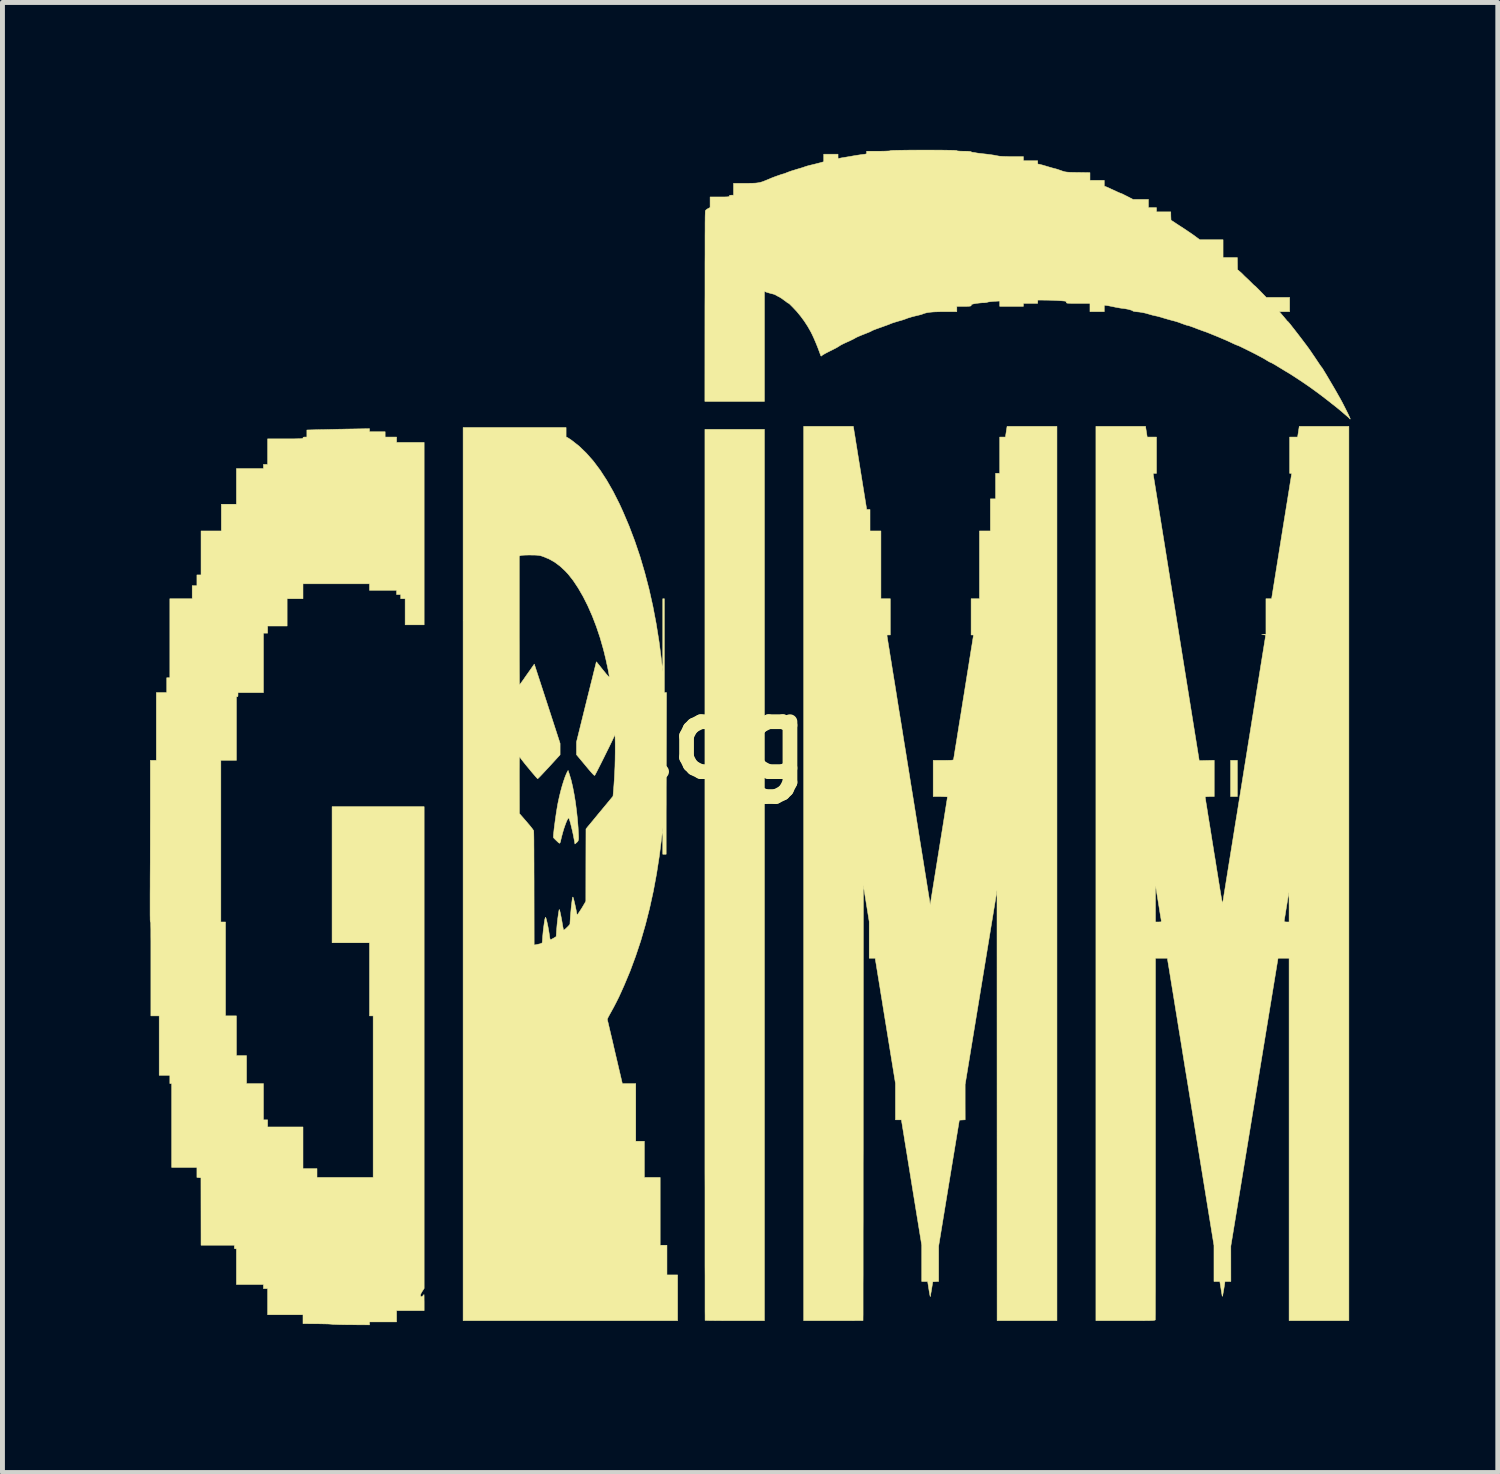
<source format=kicad_pcb>
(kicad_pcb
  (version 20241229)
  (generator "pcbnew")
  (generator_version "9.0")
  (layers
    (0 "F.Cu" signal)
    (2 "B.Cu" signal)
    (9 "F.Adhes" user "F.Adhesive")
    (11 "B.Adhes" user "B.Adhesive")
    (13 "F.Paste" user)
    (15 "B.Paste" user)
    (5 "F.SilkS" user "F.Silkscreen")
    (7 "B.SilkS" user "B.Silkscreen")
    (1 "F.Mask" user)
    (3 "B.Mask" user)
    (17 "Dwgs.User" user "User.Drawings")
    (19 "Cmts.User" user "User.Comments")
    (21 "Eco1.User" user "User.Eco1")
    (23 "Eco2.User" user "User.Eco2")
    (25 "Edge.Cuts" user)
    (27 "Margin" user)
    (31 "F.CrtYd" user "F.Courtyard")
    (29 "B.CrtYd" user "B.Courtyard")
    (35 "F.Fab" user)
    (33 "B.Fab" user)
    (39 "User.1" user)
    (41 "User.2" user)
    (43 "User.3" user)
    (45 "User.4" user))
  (footprint "logo"
    (layer "F.Cu")
    (at 12.303 11.966)
    (property "Reference" "logo" (at 0 0 0) (layer "F.SilkS") (effects (font (size 1.524 1.524) (thickness 0.3))))
    (attr through_hole)
    (fp_poly (pts (xy 9.832 1.197) (xy 9.694 1.197) (xy 9.694 0.46) (xy 9.832 0.46) (xy 9.832 1.197)) (stroke (width 0.01) (type solid)) (fill yes) (layer "F.SilkS"))
    (fp_poly (pts (xy 0.206 11.865) (xy -0.396 11.865) (xy -0.475 11.865) (xy -0.551 11.865) (xy -0.623 11.865) (xy -0.691 11.864) (xy -0.755 11.864) (xy -0.812 11.863) (xy -0.863 11.862) (xy -0.907 11.862) (xy -0.944 11.861) (xy -0.972 11.86) (xy -0.991 11.859) (xy -1.001 11.858) (xy -1.002 11.857) (xy -1.002 11.845) (xy -1.002 11.809) (xy -1.002 11.75) (xy -1.003 11.668) (xy -1.003 11.565) (xy -1.003 11.441) (xy -1.003 11.296) (xy -1.003 11.13) (xy -1.003 10.946) (xy -1.004 10.742) (xy -1.004 10.521) (xy -1.004 10.281) (xy -1.004 10.025) (xy -1.004 9.752) (xy -1.004 9.463) (xy -1.004 9.159) (xy -1.005 8.84) (xy -1.005 8.507) (xy -1.005 8.16) (xy -1.005 7.801) (xy -1.005 7.429) (xy -1.005 7.045) (xy -1.005 6.65) (xy -1.005 6.245) (xy -1.005 5.83) (xy -1.005 5.405) (xy -1.005 4.972) (xy -1.005 4.53) (xy -1.005 4.081) (xy -1.005 3.624) (xy -1.005 3.162) (xy -1.005 2.786) (xy -1.005 -6.277) (xy 0.206 -6.277) (xy 0.206 11.865)) (stroke (width 0.01) (type solid)) (fill yes) (layer "F.SilkS"))
    (fp_poly (pts (xy -3.763 0.747) (xy -3.729 0.861) (xy -3.697 0.996) (xy -3.668 1.147) (xy -3.641 1.309) (xy -3.619 1.479) (xy -3.6 1.653) (xy -3.586 1.826) (xy -3.583 1.887) (xy -3.579 1.961) (xy -3.577 2.016) (xy -3.577 2.055) (xy -3.581 2.083) (xy -3.588 2.102) (xy -3.6 2.118) (xy -3.617 2.133) (xy -3.623 2.139) (xy -3.651 2.162) (xy -3.66 2.107) (xy -3.674 2.035) (xy -3.689 1.958) (xy -3.706 1.881) (xy -3.724 1.807) (xy -3.74 1.742) (xy -3.756 1.687) (xy -3.768 1.649) (xy -3.774 1.636) (xy -3.783 1.634) (xy -3.796 1.651) (xy -3.813 1.683) (xy -3.832 1.728) (xy -3.853 1.784) (xy -3.875 1.848) (xy -3.896 1.918) (xy -3.916 1.991) (xy -3.92 2.006) (xy -3.93 2.047) (xy -3.938 2.081) (xy -3.942 2.101) (xy -3.942 2.104) (xy -3.946 2.118) (xy -3.953 2.135) (xy -3.958 2.143) (xy -3.963 2.147) (xy -3.971 2.145) (xy -3.983 2.136) (xy -4.001 2.12) (xy -4.024 2.098) (xy -4.048 2.075) (xy -4.068 2.055) (xy -4.082 2.04) (xy -4.088 2.031) (xy -4.088 2.031) (xy -4.089 2.01) (xy -4.087 1.971) (xy -4.081 1.915) (xy -4.074 1.847) (xy -4.064 1.77) (xy -4.053 1.688) (xy -4.041 1.603) (xy -4.029 1.519) (xy -4.016 1.44) (xy -4.004 1.369) (xy -3.993 1.313) (xy -3.968 1.199) (xy -3.941 1.088) (xy -3.912 0.982) (xy -3.882 0.885) (xy -3.853 0.801) (xy -3.826 0.735) (xy -3.81 0.701) (xy -3.79 0.665) (xy -3.763 0.747)) (stroke (width 0.01) (type solid)) (fill yes) (layer "F.SilkS"))
    (fp_poly (pts (xy -7.832 -6.229) (xy -7.514 -6.229) (xy -7.514 -6.12) (xy -7.281 -6.12) (xy -7.281 -6.011) (xy -6.72 -6.011) (xy -6.72 -2.298) (xy -7.107 -2.298) (xy -7.107 -2.83) (xy -7.197 -2.83) (xy -7.197 -2.915) (xy -7.281 -2.915) (xy -7.281 -3) (xy -7.832 -3) (xy -7.832 -3.133) (xy -9.186 -3.133) (xy -9.186 -2.83) (xy -9.509 -2.83) (xy -9.509 -2.274) (xy -9.906 -2.274) (xy -9.906 -2.129) (xy -9.991 -2.129) (xy -9.991 -0.919) (xy -10.509 -0.919) (xy -10.509 -0.877) (xy -10.51 -0.848) (xy -10.515 -0.837) (xy -10.525 -0.835) (xy -10.541 -0.835) (xy -10.541 0.46) (xy -10.858 0.46) (xy -10.858 3.75) (xy -10.763 3.75) (xy -10.763 5.661) (xy -10.541 5.661) (xy -10.541 6.471) (xy -10.335 6.471) (xy -10.335 7.039) (xy -9.991 7.039) (xy -9.991 7.777) (xy -9.906 7.777) (xy -9.906 7.922) (xy -9.186 7.922) (xy -9.186 8.769) (xy -8.901 8.769) (xy -8.901 8.95) (xy -7.758 8.95) (xy -7.758 5.661) (xy -7.832 5.661) (xy -7.832 4.173) (xy -8.594 4.173) (xy -8.594 1.403) (xy -6.72 1.403) (xy -6.72 11.209) (xy -6.757 11.265) (xy -6.779 11.301) (xy -6.791 11.329) (xy -6.795 11.345) (xy -6.79 11.368) (xy -6.779 11.377) (xy -6.763 11.373) (xy -6.747 11.359) (xy -6.733 11.343) (xy -6.725 11.334) (xy -6.723 11.333) (xy -6.722 11.345) (xy -6.721 11.376) (xy -6.721 11.422) (xy -6.72 11.48) (xy -6.72 11.497) (xy -6.72 11.66) (xy -7.281 11.66) (xy -7.281 11.89) (xy -7.832 11.89) (xy -7.832 11.95) (xy -8.19 11.948) (xy -8.252 11.948) (xy -8.313 11.947) (xy -8.37 11.946) (xy -8.423 11.945) (xy -8.472 11.944) (xy -8.514 11.942) (xy -8.549 11.941) (xy -8.576 11.94) (xy -8.594 11.938) (xy -8.599 11.937) (xy -8.614 11.936) (xy -8.639 11.934) (xy -8.672 11.932) (xy -8.711 11.931) (xy -8.756 11.93) (xy -8.806 11.929) (xy -8.858 11.928) (xy -8.912 11.927) (xy -8.918 11.927) (xy -9.186 11.926) (xy -9.186 11.744) (xy -9.906 11.744) (xy -9.906 11.212) (xy -9.991 11.212) (xy -9.991 11.128) (xy -10.541 11.128) (xy -10.541 10.402) (xy -10.562 10.402) (xy -10.576 10.4) (xy -10.582 10.393) (xy -10.583 10.373) (xy -10.583 10.366) (xy -10.583 10.329) (xy -11.261 10.329) (xy -11.262 9.643) (xy -11.263 8.957) (xy -11.304 8.953) (xy -11.345 8.949) (xy -11.345 8.745) (xy -11.859 8.745) (xy -11.859 7.039) (xy -11.896 7.039) (xy -11.896 6.87) (xy -12.113 6.87) (xy -12.113 5.661) (xy -12.282 5.661) (xy -12.282 4.705) (xy -12.282 4.53) (xy -12.282 4.378) (xy -12.282 4.246) (xy -12.282 4.135) (xy -12.283 4.041) (xy -12.283 3.964) (xy -12.283 3.901) (xy -12.284 3.852) (xy -12.285 3.815) (xy -12.285 3.787) (xy -12.286 3.769) (xy -12.288 3.757) (xy -12.289 3.751) (xy -12.29 3.75) (xy -12.291 3.75) (xy -12.292 3.748) (xy -12.294 3.743) (xy -12.295 3.734) (xy -12.296 3.717) (xy -12.297 3.693) (xy -12.297 3.659) (xy -12.298 3.614) (xy -12.298 3.557) (xy -12.298 3.486) (xy -12.298 3.399) (xy -12.298 3.295) (xy -12.298 3.173) (xy -12.297 3.031) (xy -12.297 2.868) (xy -12.296 2.713) (xy -12.295 2.538) (xy -12.295 2.357) (xy -12.294 2.172) (xy -12.294 1.987) (xy -12.294 1.805) (xy -12.293 1.631) (xy -12.293 1.467) (xy -12.293 1.317) (xy -12.293 1.184) (xy -12.293 1.071) (xy -12.293 0.46) (xy -12.171 0.46) (xy -12.171 -0.919) (xy -11.959 -0.919) (xy -11.959 -1.222) (xy -11.896 -1.222) (xy -11.896 -2.83) (xy -11.441 -2.83) (xy -11.441 -3.096) (xy -11.345 -3.096) (xy -11.345 -3.314) (xy -11.261 -3.314) (xy -11.261 -4.209) (xy -10.848 -4.209) (xy -10.848 -4.753) (xy -10.541 -4.753) (xy -10.541 -5.479) (xy -9.991 -5.479) (xy -9.991 -5.564) (xy -9.906 -5.564) (xy -9.906 -6.084) (xy -9.546 -6.084) (xy -9.475 -6.084) (xy -9.414 -6.084) (xy -9.362 -6.084) (xy -9.318 -6.085) (xy -9.282 -6.086) (xy -9.253 -6.087) (xy -9.23 -6.088) (xy -9.213 -6.09) (xy -9.201 -6.092) (xy -9.193 -6.094) (xy -9.188 -6.097) (xy -9.187 -6.1) (xy -9.186 -6.102) (xy -9.184 -6.112) (xy -9.177 -6.117) (xy -9.162 -6.12) (xy -9.147 -6.12) (xy -9.107 -6.12) (xy -9.107 -6.264) (xy -8.854 -6.271) (xy -8.804 -6.272) (xy -8.744 -6.273) (xy -8.678 -6.275) (xy -8.606 -6.276) (xy -8.531 -6.278) (xy -8.453 -6.28) (xy -8.376 -6.281) (xy -8.3 -6.283) (xy -8.228 -6.284) (xy -8.217 -6.284) (xy -7.832 -6.291) (xy -7.832 -6.229)) (stroke (width 0.01) (type solid)) (fill yes) (layer "F.SilkS"))
    (fp_poly (pts (xy 2.023 -6.293) (xy 2.026 -6.274) (xy 2.032 -6.234) (xy 2.042 -6.176) (xy 2.054 -6.101) (xy 2.068 -6.011) (xy 2.085 -5.908) (xy 2.103 -5.793) (xy 2.123 -5.67) (xy 2.144 -5.54) (xy 2.159 -5.446) (xy 2.288 -4.645) (xy 2.355 -4.645) (xy 2.355 -4.209) (xy 2.577 -4.209) (xy 2.577 -2.83) (xy 2.768 -2.83) (xy 2.768 -2.092) (xy 2.733 -2.092) (xy 2.714 -2.092) (xy 2.704 -2.089) (xy 2.7 -2.082) (xy 2.701 -2.071) (xy 2.704 -2.056) (xy 2.71 -2.018) (xy 2.719 -1.961) (xy 2.731 -1.884) (xy 2.747 -1.79) (xy 2.764 -1.679) (xy 2.785 -1.553) (xy 2.807 -1.413) (xy 2.832 -1.259) (xy 2.859 -1.094) (xy 2.887 -0.919) (xy 2.916 -0.734) (xy 2.947 -0.541) (xy 2.98 -0.341) (xy 3.013 -0.136) (xy 3.046 0.074) (xy 3.081 0.287) (xy 3.115 0.502) (xy 3.15 0.717) (xy 3.184 0.932) (xy 3.219 1.146) (xy 3.253 1.357) (xy 3.286 1.563) (xy 3.318 1.764) (xy 3.349 1.959) (xy 3.379 2.146) (xy 3.408 2.324) (xy 3.435 2.491) (xy 3.46 2.648) (xy 3.483 2.791) (xy 3.504 2.921) (xy 3.522 3.036) (xy 3.538 3.134) (xy 3.551 3.215) (xy 3.561 3.277) (xy 3.568 3.319) (xy 3.571 3.34) (xy 3.571 3.342) (xy 3.58 3.401) (xy 3.756 2.307) (xy 3.781 2.151) (xy 3.805 2.002) (xy 3.828 1.861) (xy 3.849 1.729) (xy 3.868 1.609) (xy 3.885 1.501) (xy 3.9 1.407) (xy 3.912 1.33) (xy 3.922 1.269) (xy 3.928 1.228) (xy 3.931 1.207) (xy 3.932 1.205) (xy 3.927 1.203) (xy 3.912 1.201) (xy 3.89 1.2) (xy 3.861 1.199) (xy 3.828 1.198) (xy 3.79 1.197) (xy 3.786 1.197) (xy 3.641 1.197) (xy 3.641 0.46) (xy 3.846 0.46) (xy 3.899 0.46) (xy 3.941 0.459) (xy 3.975 0.459) (xy 4.002 0.458) (xy 4.022 0.456) (xy 4.036 0.454) (xy 4.045 0.452) (xy 4.051 0.448) (xy 4.054 0.444) (xy 4.056 0.438) (xy 4.059 0.419) (xy 4.066 0.379) (xy 4.075 0.32) (xy 4.087 0.245) (xy 4.102 0.154) (xy 4.119 0.051) (xy 4.137 -0.064) (xy 4.157 -0.189) (xy 4.178 -0.322) (xy 4.201 -0.46) (xy 4.224 -0.604) (xy 4.247 -0.75) (xy 4.271 -0.896) (xy 4.294 -1.042) (xy 4.317 -1.185) (xy 4.339 -1.324) (xy 4.361 -1.457) (xy 4.38 -1.582) (xy 4.399 -1.697) (xy 4.415 -1.8) (xy 4.43 -1.89) (xy 4.442 -1.966) (xy 4.451 -2.024) (xy 4.458 -2.064) (xy 4.461 -2.084) (xy 4.461 -2.086) (xy 4.456 -2.09) (xy 4.444 -2.092) (xy 4.437 -2.092) (xy 4.413 -2.092) (xy 4.413 -2.83) (xy 4.583 -2.83) (xy 4.583 -4.209) (xy 4.805 -4.209) (xy 4.805 -4.862) (xy 4.911 -4.862) (xy 4.911 -5.382) (xy 4.995 -5.382) (xy 4.995 -6.12) (xy 5.111 -6.12) (xy 5.145 -6.338) (xy 6.16 -6.338) (xy 6.16 11.865) (xy 4.942 11.865) (xy 4.941 7.485) (xy 4.94 3.104) (xy 4.291 7.058) (xy 4.291 7.417) (xy 4.292 7.776) (xy 4.173 7.783) (xy 3.962 9.065) (xy 3.752 10.347) (xy 3.752 11.066) (xy 3.633 11.073) (xy 3.609 11.221) (xy 3.6 11.276) (xy 3.591 11.324) (xy 3.585 11.358) (xy 3.582 11.375) (xy 3.582 11.376) (xy 3.579 11.368) (xy 3.573 11.341) (xy 3.565 11.298) (xy 3.556 11.245) (xy 3.553 11.225) (xy 3.528 11.067) (xy 3.408 11.067) (xy 3.408 10.33) (xy 3.206 9.087) (xy 3.179 8.92) (xy 3.153 8.759) (xy 3.128 8.606) (xy 3.105 8.462) (xy 3.083 8.328) (xy 3.063 8.207) (xy 3.046 8.098) (xy 3.031 8.005) (xy 3.018 7.928) (xy 3.009 7.869) (xy 3.002 7.83) (xy 2.999 7.811) (xy 2.999 7.811) (xy 2.994 7.777) (xy 2.873 7.777) (xy 2.873 7.035) (xy 2.678 5.831) (xy 2.651 5.666) (xy 2.625 5.506) (xy 2.601 5.354) (xy 2.577 5.21) (xy 2.556 5.076) (xy 2.536 4.954) (xy 2.518 4.845) (xy 2.503 4.751) (xy 2.49 4.673) (xy 2.481 4.614) (xy 2.474 4.574) (xy 2.471 4.557) (xy 2.46 4.487) (xy 2.339 4.487) (xy 2.339 4.115) (xy 2.339 3.743) (xy 2.22 3.006) (xy 2.217 7.433) (xy 2.217 7.758) (xy 2.217 8.078) (xy 2.217 8.391) (xy 2.216 8.695) (xy 2.216 8.991) (xy 2.216 9.277) (xy 2.216 9.553) (xy 2.216 9.818) (xy 2.215 10.07) (xy 2.215 10.31) (xy 2.215 10.535) (xy 2.215 10.746) (xy 2.215 10.942) (xy 2.214 11.121) (xy 2.214 11.282) (xy 2.214 11.426) (xy 2.214 11.551) (xy 2.214 11.656) (xy 2.214 11.741) (xy 2.213 11.804) (xy 2.213 11.844) (xy 2.213 11.862) (xy 2.213 11.862) (xy 2.208 11.863) (xy 2.193 11.863) (xy 2.168 11.864) (xy 2.135 11.864) (xy 2.094 11.864) (xy 2.046 11.864) (xy 1.991 11.865) (xy 1.93 11.865) (xy 1.864 11.865) (xy 1.793 11.865) (xy 1.719 11.865) (xy 1.641 11.865) (xy 1.609 11.865) (xy 1.005 11.865) (xy 1.005 -6.338) (xy 2.015 -6.338) (xy 2.023 -6.293)) (stroke (width 0.01) (type solid)) (fill yes) (layer "F.SilkS"))
    (fp_poly (pts (xy 7.997 -6.12) (xy 8.186 -6.12) (xy 8.186 -5.382) (xy 8.151 -5.382) (xy 8.132 -5.381) (xy 8.121 -5.377) (xy 8.119 -5.369) (xy 8.119 -5.367) (xy 8.121 -5.355) (xy 8.126 -5.32) (xy 8.135 -5.265) (xy 8.147 -5.19) (xy 8.162 -5.097) (xy 8.18 -4.985) (xy 8.201 -4.856) (xy 8.224 -4.712) (xy 8.25 -4.552) (xy 8.278 -4.378) (xy 8.308 -4.191) (xy 8.34 -3.992) (xy 8.374 -3.781) (xy 8.409 -3.56) (xy 8.446 -3.33) (xy 8.484 -3.092) (xy 8.524 -2.846) (xy 8.565 -2.594) (xy 8.589 -2.443) (xy 9.056 0.466) (xy 9.361 0.459) (xy 9.361 1.197) (xy 9.268 1.197) (xy 9.233 1.198) (xy 9.208 1.199) (xy 9.19 1.201) (xy 9.181 1.205) (xy 9.177 1.21) (xy 9.177 1.213) (xy 9.179 1.226) (xy 9.185 1.26) (xy 9.193 1.314) (xy 9.205 1.386) (xy 9.219 1.474) (xy 9.235 1.578) (xy 9.254 1.694) (xy 9.275 1.822) (xy 9.297 1.96) (xy 9.32 2.106) (xy 9.345 2.259) (xy 9.353 2.313) (xy 9.383 2.494) (xy 9.408 2.654) (xy 9.431 2.794) (xy 9.45 2.915) (xy 9.467 3.018) (xy 9.481 3.105) (xy 9.493 3.177) (xy 9.503 3.235) (xy 9.511 3.28) (xy 9.517 3.315) (xy 9.522 3.34) (xy 9.526 3.356) (xy 9.529 3.364) (xy 9.531 3.367) (xy 9.532 3.365) (xy 9.534 3.36) (xy 9.534 3.359) (xy 9.536 3.344) (xy 9.542 3.308) (xy 9.551 3.251) (xy 9.563 3.174) (xy 9.579 3.078) (xy 9.597 2.965) (xy 9.618 2.835) (xy 9.641 2.69) (xy 9.667 2.529) (xy 9.695 2.355) (xy 9.725 2.169) (xy 9.757 1.97) (xy 9.79 1.762) (xy 9.826 1.543) (xy 9.862 1.316) (xy 9.9 1.081) (xy 9.939 0.839) (xy 9.974 0.618) (xy 10.014 0.372) (xy 10.052 0.132) (xy 10.09 -0.101) (xy 10.126 -0.326) (xy 10.161 -0.542) (xy 10.194 -0.748) (xy 10.225 -0.944) (xy 10.255 -1.127) (xy 10.282 -1.297) (xy 10.307 -1.454) (xy 10.33 -1.596) (xy 10.35 -1.721) (xy 10.368 -1.83) (xy 10.382 -1.921) (xy 10.394 -1.994) (xy 10.402 -2.046) (xy 10.407 -2.078) (xy 10.409 -2.087) (xy 10.404 -2.09) (xy 10.391 -2.093) (xy 10.373 -2.095) (xy 10.368 -2.096) (xy 10.327 -2.1) (xy 10.37 -2.102) (xy 10.414 -2.105) (xy 10.414 -2.83) (xy 10.529 -2.83) (xy 10.731 -4.091) (xy 10.758 -4.259) (xy 10.784 -4.42) (xy 10.809 -4.574) (xy 10.832 -4.718) (xy 10.854 -4.852) (xy 10.873 -4.973) (xy 10.891 -5.081) (xy 10.905 -5.174) (xy 10.918 -5.251) (xy 10.927 -5.309) (xy 10.933 -5.348) (xy 10.936 -5.366) (xy 10.937 -5.367) (xy 10.934 -5.378) (xy 10.923 -5.382) (xy 10.917 -5.382) (xy 10.896 -5.382) (xy 10.896 -6.12) (xy 11.058 -6.12) (xy 11.075 -6.229) (xy 11.092 -6.338) (xy 12.102 -6.338) (xy 12.102 11.865) (xy 10.885 11.865) (xy 10.885 4.487) (xy 10.66 4.487) (xy 10.18 7.417) (xy 9.699 10.347) (xy 9.7 11.067) (xy 9.58 11.067) (xy 9.571 11.131) (xy 9.557 11.219) (xy 9.545 11.286) (xy 9.537 11.332) (xy 9.531 11.36) (xy 9.526 11.37) (xy 9.525 11.368) (xy 9.521 11.351) (xy 9.515 11.315) (xy 9.507 11.268) (xy 9.498 11.212) (xy 9.498 11.209) (xy 9.475 11.067) (xy 9.356 11.067) (xy 9.356 10.334) (xy 8.898 7.51) (xy 8.857 7.258) (xy 8.817 7.01) (xy 8.777 6.769) (xy 8.739 6.535) (xy 8.703 6.309) (xy 8.668 6.093) (xy 8.634 5.887) (xy 8.603 5.692) (xy 8.573 5.51) (xy 8.546 5.341) (xy 8.521 5.186) (xy 8.498 5.047) (xy 8.478 4.924) (xy 8.461 4.818) (xy 8.447 4.731) (xy 8.436 4.664) (xy 8.428 4.616) (xy 8.424 4.59) (xy 8.423 4.587) (xy 8.407 4.487) (xy 8.165 4.487) (xy 8.165 8.157) (xy 8.165 8.454) (xy 8.165 8.744) (xy 8.165 9.027) (xy 8.165 9.303) (xy 8.165 9.569) (xy 8.165 9.825) (xy 8.165 10.071) (xy 8.164 10.304) (xy 8.164 10.525) (xy 8.164 10.732) (xy 8.164 10.925) (xy 8.164 11.102) (xy 8.164 11.262) (xy 8.163 11.405) (xy 8.163 11.53) (xy 8.163 11.635) (xy 8.163 11.721) (xy 8.162 11.785) (xy 8.162 11.826) (xy 8.162 11.845) (xy 8.162 11.846) (xy 8.161 11.849) (xy 8.158 11.852) (xy 8.152 11.854) (xy 8.144 11.856) (xy 8.132 11.858) (xy 8.117 11.86) (xy 8.096 11.861) (xy 8.071 11.862) (xy 8.04 11.863) (xy 8.002 11.864) (xy 7.958 11.864) (xy 7.906 11.865) (xy 7.846 11.865) (xy 7.778 11.865) (xy 7.701 11.865) (xy 7.614 11.865) (xy 7.556 11.865) (xy 6.953 11.865) (xy 6.953 3.379) (xy 8.165 3.379) (xy 8.165 3.75) (xy 8.226 3.75) (xy 8.253 3.749) (xy 8.27 3.748) (xy 8.28 3.745) (xy 8.284 3.74) (xy 8.285 3.739) (xy 10.784 3.739) (xy 10.789 3.744) (xy 10.803 3.747) (xy 10.822 3.749) (xy 10.835 3.75) (xy 10.885 3.75) (xy 10.885 3.438) (xy 10.884 3.352) (xy 10.884 3.279) (xy 10.883 3.219) (xy 10.882 3.176) (xy 10.881 3.153) (xy 10.88 3.151) (xy 10.875 3.179) (xy 10.867 3.224) (xy 10.858 3.281) (xy 10.847 3.346) (xy 10.836 3.416) (xy 10.824 3.488) (xy 10.813 3.557) (xy 10.803 3.62) (xy 10.794 3.673) (xy 10.788 3.713) (xy 10.785 3.736) (xy 10.784 3.739) (xy 8.285 3.739) (xy 8.285 3.732) (xy 8.284 3.728) (xy 8.282 3.712) (xy 8.276 3.676) (xy 8.267 3.623) (xy 8.256 3.557) (xy 8.244 3.48) (xy 8.23 3.395) (xy 8.225 3.362) (xy 8.211 3.276) (xy 8.198 3.198) (xy 8.187 3.129) (xy 8.178 3.074) (xy 8.171 3.035) (xy 8.167 3.015) (xy 8.167 3.013) (xy 8.167 3.023) (xy 8.166 3.055) (xy 8.166 3.105) (xy 8.165 3.17) (xy 8.165 3.249) (xy 8.165 3.337) (xy 8.165 3.379) (xy 6.953 3.379) (xy 6.953 -6.338) (xy 7.963 -6.338) (xy 7.997 -6.12)) (stroke (width 0.01) (type solid)) (fill yes) (layer "F.SilkS"))
    (fp_poly (pts (xy -3.831 -6.123) (xy -3.811 -6.114) (xy -3.799 -6.108) (xy -3.779 -6.095) (xy -3.754 -6.079) (xy -3.726 -6.06) (xy -3.715 -6.052) (xy -3.564 -5.933) (xy -3.418 -5.792) (xy -3.276 -5.631) (xy -3.138 -5.447) (xy -3.004 -5.241) (xy -2.873 -5.012) (xy -2.746 -4.761) (xy -2.676 -4.608) (xy -2.55 -4.312) (xy -2.434 -4.006) (xy -2.327 -3.69) (xy -2.231 -3.364) (xy -2.143 -3.027) (xy -2.065 -2.679) (xy -1.997 -2.321) (xy -1.938 -1.952) (xy -1.889 -1.573) (xy -1.884 -1.53) (xy -1.863 -1.349) (xy -1.863 -2.83) (xy -1.831 -2.83) (xy -1.831 -0.919) (xy -1.787 -0.919) (xy -1.79 0.117) (xy -1.791 0.292) (xy -1.791 0.474) (xy -1.792 0.659) (xy -1.792 0.844) (xy -1.793 1.025) (xy -1.793 1.199) (xy -1.793 1.364) (xy -1.794 1.514) (xy -1.794 1.647) (xy -1.794 1.759) (xy -1.794 2.371) (xy -1.863 2.371) (xy -1.863 2.102) (xy -1.863 1.832) (xy -1.884 2.02) (xy -1.932 2.399) (xy -1.989 2.767) (xy -2.055 3.123) (xy -2.131 3.469) (xy -2.216 3.804) (xy -2.31 4.129) (xy -2.415 4.444) (xy -2.528 4.75) (xy -2.646 5.032) (xy -2.704 5.162) (xy -2.757 5.278) (xy -2.81 5.384) (xy -2.863 5.486) (xy -2.919 5.588) (xy -2.931 5.609) (xy -2.955 5.653) (xy -2.972 5.684) (xy -2.983 5.707) (xy -2.989 5.722) (xy -2.991 5.734) (xy -2.99 5.744) (xy -2.988 5.75) (xy -2.985 5.765) (xy -2.976 5.799) (xy -2.964 5.851) (xy -2.948 5.919) (xy -2.929 6) (xy -2.907 6.092) (xy -2.883 6.194) (xy -2.858 6.304) (xy -2.834 6.407) (xy -2.686 7.039) (xy -2.413 7.039) (xy -2.413 8.213) (xy -2.238 8.213) (xy -2.238 8.95) (xy -1.916 8.95) (xy -1.916 10.329) (xy -1.778 10.329) (xy -1.778 10.934) (xy -1.561 10.934) (xy -1.561 11.865) (xy -5.927 11.865) (xy -5.927 -3.699) (xy -4.784 -3.699) (xy -4.784 -2.388) (xy -4.784 -2.212) (xy -4.784 -2.043) (xy -4.783 -1.883) (xy -4.783 -1.732) (xy -4.783 -1.593) (xy -4.782 -1.468) (xy -4.782 -1.357) (xy -4.781 -1.262) (xy -4.781 -1.185) (xy -4.78 -1.127) (xy -4.78 -1.091) (xy -4.779 -1.077) (xy -4.779 -1.076) (xy -4.774 -1.083) (xy -4.76 -1.1) (xy -4.741 -1.126) (xy -4.716 -1.16) (xy -4.688 -1.199) (xy -4.675 -1.219) (xy -4.642 -1.266) (xy -4.609 -1.313) (xy -4.577 -1.358) (xy -4.55 -1.396) (xy -4.529 -1.426) (xy -4.526 -1.43) (xy -4.478 -1.499) (xy -4.215 -0.692) (xy -3.953 0.115) (xy -3.953 0.347) (xy -4.176 0.591) (xy -4.222 0.64) (xy -4.265 0.686) (xy -4.304 0.728) (xy -4.338 0.764) (xy -4.367 0.794) (xy -4.389 0.816) (xy -4.404 0.83) (xy -4.409 0.835) (xy -4.416 0.829) (xy -4.43 0.814) (xy -4.452 0.79) (xy -4.478 0.759) (xy -4.509 0.723) (xy -4.543 0.683) (xy -4.578 0.64) (xy -4.613 0.598) (xy -4.648 0.556) (xy -4.68 0.516) (xy -4.708 0.48) (xy -4.732 0.45) (xy -4.749 0.427) (xy -4.757 0.416) (xy -4.77 0.398) (xy -4.779 0.388) (xy -4.78 0.387) (xy -4.781 0.399) (xy -4.781 0.432) (xy -4.782 0.485) (xy -4.782 0.556) (xy -4.783 0.641) (xy -4.783 0.738) (xy -4.783 0.846) (xy -4.782 0.961) (xy -4.782 0.965) (xy -4.781 1.542) (xy -4.639 1.705) (xy -4.602 1.749) (xy -4.568 1.789) (xy -4.539 1.825) (xy -4.516 1.855) (xy -4.5 1.878) (xy -4.491 1.891) (xy -4.491 1.893) (xy -4.49 1.904) (xy -4.489 1.928) (xy -4.488 1.967) (xy -4.487 2.021) (xy -4.486 2.091) (xy -4.486 2.179) (xy -4.485 2.285) (xy -4.485 2.411) (xy -4.484 2.557) (xy -4.484 2.724) (xy -4.483 2.914) (xy -4.483 3.068) (xy -4.481 4.219) (xy -4.449 4.213) (xy -4.427 4.209) (xy -4.401 4.203) (xy -4.374 4.197) (xy -4.368 4.196) (xy -4.347 4.189) (xy -4.33 4.182) (xy -4.319 4.174) (xy -4.318 4.171) (xy -4.315 4.154) (xy -4.312 4.12) (xy -4.309 4.074) (xy -4.308 4.054) (xy -4.303 3.999) (xy -4.297 3.935) (xy -4.289 3.868) (xy -4.28 3.802) (xy -4.272 3.744) (xy -4.264 3.698) (xy -4.257 3.671) (xy -4.251 3.655) (xy -4.247 3.657) (xy -4.239 3.676) (xy -4.228 3.715) (xy -4.215 3.771) (xy -4.201 3.837) (xy -4.188 3.907) (xy -4.177 3.974) (xy -4.172 4.007) (xy -4.164 4.063) (xy -4.157 4.098) (xy -4.151 4.112) (xy -4.15 4.112) (xy -4.143 4.11) (xy -4.128 4.102) (xy -4.109 4.092) (xy -4.087 4.08) (xy -4.067 4.068) (xy -4.049 4.057) (xy -4.037 4.05) (xy -4.034 4.047) (xy -4.032 4.034) (xy -4.03 4.004) (xy -4.027 3.963) (xy -4.027 3.954) (xy -4.022 3.891) (xy -4.016 3.822) (xy -4.009 3.751) (xy -4.001 3.682) (xy -3.992 3.618) (xy -3.984 3.563) (xy -3.977 3.523) (xy -3.972 3.499) (xy -3.969 3.496) (xy -3.964 3.506) (xy -3.956 3.535) (xy -3.946 3.579) (xy -3.935 3.633) (xy -3.923 3.694) (xy -3.912 3.757) (xy -3.908 3.784) (xy -3.899 3.835) (xy -3.891 3.877) (xy -3.885 3.905) (xy -3.882 3.914) (xy -3.874 3.913) (xy -3.859 3.903) (xy -3.84 3.887) (xy -3.819 3.867) (xy -3.797 3.846) (xy -3.777 3.825) (xy -3.762 3.807) (xy -3.753 3.794) (xy -3.752 3.79) (xy -3.751 3.761) (xy -3.748 3.714) (xy -3.744 3.655) (xy -3.739 3.591) (xy -3.733 3.526) (xy -3.728 3.467) (xy -3.723 3.42) (xy -3.722 3.413) (xy -3.713 3.34) (xy -3.706 3.288) (xy -3.7 3.257) (xy -3.695 3.243) (xy -3.693 3.242) (xy -3.687 3.252) (xy -3.678 3.281) (xy -3.667 3.325) (xy -3.654 3.38) (xy -3.64 3.443) (xy -3.626 3.51) (xy -3.615 3.571) (xy -3.609 3.595) (xy -3.604 3.604) (xy -3.598 3.598) (xy -3.585 3.58) (xy -3.567 3.553) (xy -3.545 3.52) (xy -3.522 3.485) (xy -3.499 3.448) (xy -3.479 3.414) (xy -3.462 3.385) (xy -3.459 3.381) (xy -3.429 3.326) (xy -3.428 2.591) (xy -3.426 1.857) (xy -3.395 1.817) (xy -3.384 1.804) (xy -3.365 1.781) (xy -3.338 1.749) (xy -3.305 1.709) (xy -3.267 1.663) (xy -3.225 1.612) (xy -3.18 1.557) (xy -3.132 1.499) (xy -3.119 1.484) (xy -2.876 1.19) (xy -2.867 1.089) (xy -2.858 0.973) (xy -2.849 0.843) (xy -2.842 0.707) (xy -2.836 0.581) (xy -2.835 0.521) (xy -2.833 0.449) (xy -2.832 0.37) (xy -2.831 0.286) (xy -2.831 0.204) (xy -2.831 0.128) (xy -2.832 0.062) (xy -2.833 0.01) (xy -2.834 -0.022) (xy -2.834 -0.023) (xy -2.838 -0.061) (xy -2.873 0.017) (xy -2.887 0.047) (xy -2.907 0.089) (xy -2.932 0.14) (xy -2.96 0.198) (xy -2.992 0.262) (xy -3.025 0.329) (xy -3.059 0.398) (xy -3.093 0.466) (xy -3.126 0.532) (xy -3.157 0.593) (xy -3.185 0.648) (xy -3.209 0.695) (xy -3.228 0.731) (xy -3.241 0.755) (xy -3.247 0.765) (xy -3.251 0.767) (xy -3.258 0.764) (xy -3.268 0.757) (xy -3.281 0.744) (xy -3.3 0.724) (xy -3.325 0.696) (xy -3.357 0.659) (xy -3.396 0.613) (xy -3.439 0.561) (xy -3.619 0.345) (xy -3.619 0.086) (xy -3.418 -0.728) (xy -3.386 -0.857) (xy -3.355 -0.98) (xy -3.327 -1.095) (xy -3.3 -1.2) (xy -3.277 -1.295) (xy -3.257 -1.376) (xy -3.24 -1.444) (xy -3.227 -1.496) (xy -3.219 -1.53) (xy -3.215 -1.545) (xy -3.215 -1.545) (xy -3.21 -1.541) (xy -3.197 -1.526) (xy -3.179 -1.503) (xy -3.155 -1.474) (xy -3.13 -1.442) (xy -3.082 -1.382) (xy -3.041 -1.332) (xy -3.008 -1.291) (xy -2.981 -1.262) (xy -2.963 -1.243) (xy -2.954 -1.236) (xy -2.953 -1.236) (xy -2.952 -1.248) (xy -2.956 -1.279) (xy -2.964 -1.324) (xy -2.975 -1.382) (xy -2.989 -1.448) (xy -3.005 -1.52) (xy -3.021 -1.595) (xy -3.039 -1.669) (xy -3.056 -1.74) (xy -3.072 -1.802) (xy -3.139 -2.037) (xy -3.215 -2.263) (xy -3.298 -2.479) (xy -3.388 -2.683) (xy -3.483 -2.872) (xy -3.583 -3.045) (xy -3.685 -3.199) (xy -3.79 -3.332) (xy -3.852 -3.398) (xy -3.955 -3.493) (xy -4.062 -3.573) (xy -4.175 -3.637) (xy -4.296 -3.687) (xy -4.324 -3.697) (xy -4.347 -3.704) (xy -4.372 -3.709) (xy -4.4 -3.713) (xy -4.433 -3.716) (xy -4.473 -3.718) (xy -4.52 -3.718) (xy -4.556 -3.719) (xy -4.599 -3.719) (xy -4.639 -3.718) (xy -4.676 -3.717) (xy -4.708 -3.715) (xy -4.733 -3.713) (xy -4.749 -3.71) (xy -4.753 -3.709) (xy -4.784 -3.699) (xy -5.927 -3.699) (xy -5.927 -6.314) (xy -3.831 -6.314) (xy -3.831 -6.123)) (stroke (width 0.01) (type solid)) (fill yes) (layer "F.SilkS"))
    (fp_poly (pts (xy 3.654 -11.961) (xy 3.745 -11.96) (xy 3.827 -11.96) (xy 3.899 -11.959) (xy 3.961 -11.958) (xy 4.013 -11.957) (xy 4.055 -11.956) (xy 4.087 -11.954) (xy 4.109 -11.953) (xy 4.12 -11.951) (xy 4.122 -11.95) (xy 4.127 -11.946) (xy 4.143 -11.943) (xy 4.167 -11.941) (xy 4.201 -11.939) (xy 4.243 -11.938) (xy 4.268 -11.938) (xy 4.306 -11.938) (xy 4.34 -11.937) (xy 4.369 -11.935) (xy 4.392 -11.933) (xy 4.407 -11.931) (xy 4.413 -11.928) (xy 4.413 -11.928) (xy 4.418 -11.922) (xy 4.431 -11.918) (xy 4.449 -11.915) (xy 4.452 -11.915) (xy 4.472 -11.913) (xy 4.49 -11.91) (xy 4.5 -11.908) (xy 4.501 -11.907) (xy 4.508 -11.906) (xy 4.525 -11.903) (xy 4.55 -11.899) (xy 4.581 -11.895) (xy 4.618 -11.891) (xy 4.659 -11.886) (xy 4.686 -11.883) (xy 4.732 -11.878) (xy 4.778 -11.872) (xy 4.823 -11.866) (xy 4.864 -11.86) (xy 4.899 -11.854) (xy 4.926 -11.848) (xy 4.934 -11.847) (xy 4.96 -11.842) (xy 4.991 -11.837) (xy 5.029 -11.834) (xy 5.074 -11.832) (xy 5.128 -11.83) (xy 5.191 -11.829) (xy 5.242 -11.829) (xy 5.477 -11.829) (xy 5.477 -11.744) (xy 5.768 -11.744) (xy 5.768 -11.709) (xy 5.769 -11.685) (xy 5.775 -11.676) (xy 5.785 -11.675) (xy 5.795 -11.674) (xy 5.813 -11.67) (xy 5.839 -11.663) (xy 5.871 -11.655) (xy 5.907 -11.644) (xy 5.946 -11.633) (xy 5.948 -11.632) (xy 5.988 -11.62) (xy 6.026 -11.609) (xy 6.06 -11.599) (xy 6.09 -11.591) (xy 6.112 -11.585) (xy 6.125 -11.582) (xy 6.141 -11.578) (xy 6.165 -11.571) (xy 6.194 -11.561) (xy 6.226 -11.55) (xy 6.247 -11.543) (xy 6.268 -11.535) (xy 6.287 -11.529) (xy 6.305 -11.523) (xy 6.324 -11.519) (xy 6.343 -11.516) (xy 6.366 -11.513) (xy 6.392 -11.511) (xy 6.423 -11.509) (xy 6.461 -11.508) (xy 6.506 -11.507) (xy 6.561 -11.506) (xy 6.584 -11.506) (xy 6.832 -11.502) (xy 6.832 -11.345) (xy 7.123 -11.345) (xy 7.123 -11.229) (xy 7.156 -11.216) (xy 7.171 -11.21) (xy 7.194 -11.2) (xy 7.224 -11.187) (xy 7.257 -11.171) (xy 7.293 -11.155) (xy 7.308 -11.148) (xy 7.35 -11.129) (xy 7.383 -11.113) (xy 7.409 -11.101) (xy 7.43 -11.092) (xy 7.447 -11.085) (xy 7.462 -11.08) (xy 7.476 -11.074) (xy 7.48 -11.073) (xy 7.49 -11.069) (xy 7.508 -11.06) (xy 7.533 -11.047) (xy 7.563 -11.032) (xy 7.596 -11.016) (xy 7.601 -11.013) (xy 7.707 -10.958) (xy 8.022 -10.958) (xy 8.022 -10.789) (xy 8.186 -10.789) (xy 8.186 -10.704) (xy 8.477 -10.704) (xy 8.478 -10.618) (xy 8.48 -10.572) (xy 8.481 -10.545) (xy 8.485 -10.532) (xy 8.49 -10.528) (xy 8.49 -10.528) (xy 8.5 -10.523) (xy 8.517 -10.512) (xy 8.538 -10.499) (xy 8.546 -10.493) (xy 8.563 -10.482) (xy 8.588 -10.465) (xy 8.62 -10.444) (xy 8.657 -10.42) (xy 8.697 -10.394) (xy 8.737 -10.368) (xy 8.742 -10.365) (xy 8.786 -10.336) (xy 8.831 -10.305) (xy 8.876 -10.275) (xy 8.918 -10.246) (xy 8.955 -10.22) (xy 8.98 -10.201) (xy 9.068 -10.136) (xy 9.541 -10.136) (xy 9.541 -9.773) (xy 9.832 -9.773) (xy 9.835 -9.528) (xy 9.874 -9.495) (xy 9.899 -9.474) (xy 9.925 -9.45) (xy 9.946 -9.429) (xy 9.967 -9.407) (xy 9.993 -9.382) (xy 10.017 -9.36) (xy 10.053 -9.326) (xy 10.096 -9.284) (xy 10.143 -9.237) (xy 10.159 -9.221) (xy 10.174 -9.207) (xy 10.186 -9.198) (xy 10.187 -9.198) (xy 10.195 -9.192) (xy 10.211 -9.177) (xy 10.233 -9.155) (xy 10.26 -9.128) (xy 10.292 -9.096) (xy 10.309 -9.078) (xy 10.42 -8.963) (xy 10.896 -8.963) (xy 10.896 -8.672) (xy 10.687 -8.672) (xy 10.75 -8.598) (xy 10.776 -8.568) (xy 10.8 -8.539) (xy 10.821 -8.514) (xy 10.835 -8.497) (xy 10.835 -8.496) (xy 10.849 -8.48) (xy 10.858 -8.473) (xy 10.859 -8.473) (xy 10.864 -8.468) (xy 10.877 -8.453) (xy 10.898 -8.429) (xy 10.924 -8.396) (xy 10.954 -8.357) (xy 10.989 -8.313) (xy 11.026 -8.265) (xy 11.065 -8.215) (xy 11.104 -8.164) (xy 11.143 -8.113) (xy 11.18 -8.064) (xy 11.214 -8.019) (xy 11.245 -7.978) (xy 11.27 -7.943) (xy 11.274 -7.939) (xy 11.3 -7.902) (xy 11.332 -7.856) (xy 11.367 -7.804) (xy 11.404 -7.75) (xy 11.439 -7.698) (xy 11.444 -7.69) (xy 11.473 -7.647) (xy 11.499 -7.608) (xy 11.52 -7.577) (xy 11.536 -7.555) (xy 11.545 -7.543) (xy 11.546 -7.542) (xy 11.55 -7.538) (xy 11.562 -7.521) (xy 11.58 -7.492) (xy 11.603 -7.454) (xy 11.631 -7.408) (xy 11.663 -7.355) (xy 11.697 -7.297) (xy 11.733 -7.236) (xy 11.77 -7.173) (xy 11.807 -7.11) (xy 11.842 -7.049) (xy 11.875 -6.991) (xy 11.905 -6.938) (xy 11.931 -6.892) (xy 11.952 -6.853) (xy 11.962 -6.835) (xy 11.995 -6.771) (xy 12.027 -6.708) (xy 12.056 -6.65) (xy 12.082 -6.598) (xy 12.102 -6.555) (xy 12.118 -6.521) (xy 12.127 -6.5) (xy 12.129 -6.494) (xy 12.128 -6.486) (xy 12.125 -6.486) (xy 12.116 -6.496) (xy 12.113 -6.501) (xy 12.104 -6.509) (xy 12.087 -6.525) (xy 12.063 -6.546) (xy 12.034 -6.571) (xy 12.001 -6.599) (xy 11.967 -6.629) (xy 11.932 -6.658) (xy 11.898 -6.687) (xy 11.867 -6.712) (xy 11.84 -6.734) (xy 11.83 -6.742) (xy 11.812 -6.756) (xy 11.787 -6.776) (xy 11.755 -6.8) (xy 11.721 -6.828) (xy 11.684 -6.857) (xy 11.668 -6.869) (xy 11.619 -6.907) (xy 11.564 -6.949) (xy 11.506 -6.993) (xy 11.445 -7.038) (xy 11.386 -7.081) (xy 11.33 -7.122) (xy 11.28 -7.157) (xy 11.242 -7.183) (xy 11.176 -7.228) (xy 11.118 -7.267) (xy 11.068 -7.3) (xy 11.024 -7.329) (xy 10.986 -7.354) (xy 10.95 -7.377) (xy 10.918 -7.398) (xy 10.886 -7.417) (xy 10.854 -7.437) (xy 10.829 -7.451) (xy 10.798 -7.47) (xy 10.76 -7.493) (xy 10.718 -7.519) (xy 10.676 -7.544) (xy 10.642 -7.565) (xy 10.608 -7.586) (xy 10.577 -7.604) (xy 10.549 -7.619) (xy 10.528 -7.631) (xy 10.514 -7.637) (xy 10.512 -7.638) (xy 10.498 -7.643) (xy 10.477 -7.654) (xy 10.452 -7.669) (xy 10.435 -7.679) (xy 10.403 -7.699) (xy 10.364 -7.722) (xy 10.318 -7.747) (xy 10.265 -7.775) (xy 10.203 -7.808) (xy 10.132 -7.844) (xy 10.107 -7.857) (xy 10.046 -7.887) (xy 9.994 -7.913) (xy 9.951 -7.934) (xy 9.916 -7.951) (xy 9.888 -7.965) (xy 9.865 -7.975) (xy 9.848 -7.982) (xy 9.835 -7.987) (xy 9.827 -7.99) (xy 9.812 -7.995) (xy 9.791 -8.004) (xy 9.764 -8.016) (xy 9.736 -8.029) (xy 9.734 -8.03) (xy 9.701 -8.046) (xy 9.662 -8.064) (xy 9.623 -8.082) (xy 9.591 -8.096) (xy 9.539 -8.118) (xy 9.485 -8.141) (xy 9.433 -8.163) (xy 9.382 -8.184) (xy 9.334 -8.203) (xy 9.291 -8.221) (xy 9.253 -8.236) (xy 9.222 -8.249) (xy 9.2 -8.257) (xy 9.189 -8.261) (xy 9.155 -8.273) (xy 9.116 -8.286) (xy 9.072 -8.303) (xy 9.019 -8.322) (xy 8.959 -8.346) (xy 8.946 -8.351) (xy 8.912 -8.363) (xy 8.882 -8.374) (xy 8.855 -8.383) (xy 8.835 -8.389) (xy 8.824 -8.392) (xy 8.823 -8.392) (xy 8.811 -8.394) (xy 8.79 -8.4) (xy 8.763 -8.409) (xy 8.73 -8.421) (xy 8.694 -8.434) (xy 8.656 -8.449) (xy 8.641 -8.454) (xy 8.627 -8.459) (xy 8.605 -8.466) (xy 8.576 -8.475) (xy 8.543 -8.484) (xy 8.507 -8.493) (xy 8.496 -8.496) (xy 8.456 -8.507) (xy 8.413 -8.519) (xy 8.372 -8.531) (xy 8.334 -8.542) (xy 8.304 -8.551) (xy 8.303 -8.552) (xy 8.269 -8.562) (xy 8.232 -8.572) (xy 8.198 -8.581) (xy 8.169 -8.587) (xy 8.168 -8.587) (xy 8.143 -8.593) (xy 8.11 -8.6) (xy 8.074 -8.61) (xy 8.036 -8.621) (xy 8.009 -8.629) (xy 7.955 -8.644) (xy 7.896 -8.656) (xy 7.838 -8.665) (xy 7.808 -8.668) (xy 7.776 -8.671) (xy 7.748 -8.675) (xy 7.726 -8.679) (xy 7.711 -8.683) (xy 7.704 -8.687) (xy 7.704 -8.687) (xy 7.698 -8.693) (xy 7.682 -8.7) (xy 7.66 -8.707) (xy 7.632 -8.715) (xy 7.601 -8.723) (xy 7.567 -8.729) (xy 7.534 -8.735) (xy 7.502 -8.739) (xy 7.501 -8.739) (xy 7.475 -8.742) (xy 7.441 -8.747) (xy 7.403 -8.754) (xy 7.364 -8.761) (xy 7.329 -8.768) (xy 7.292 -8.776) (xy 7.256 -8.783) (xy 7.221 -8.79) (xy 7.193 -8.795) (xy 7.172 -8.798) (xy 7.172 -8.798) (xy 7.123 -8.805) (xy 7.123 -8.672) (xy 6.832 -8.672) (xy 6.832 -8.842) (xy 6.591 -8.842) (xy 6.534 -8.842) (xy 6.487 -8.842) (xy 6.449 -8.842) (xy 6.418 -8.843) (xy 6.395 -8.844) (xy 6.378 -8.845) (xy 6.365 -8.847) (xy 6.357 -8.85) (xy 6.353 -8.854) (xy 6.351 -8.858) (xy 6.35 -8.863) (xy 6.35 -8.864) (xy 6.349 -8.872) (xy 6.346 -8.878) (xy 6.34 -8.883) (xy 6.329 -8.886) (xy 6.311 -8.889) (xy 6.285 -8.891) (xy 6.25 -8.894) (xy 6.248 -8.894) (xy 6.168 -8.899) (xy 6.083 -8.903) (xy 5.998 -8.906) (xy 5.916 -8.907) (xy 5.855 -8.908) (xy 5.771 -8.908) (xy 5.769 -8.875) (xy 5.767 -8.842) (xy 5.477 -8.842) (xy 5.477 -8.781) (xy 4.995 -8.781) (xy 4.995 -8.889) (xy 4.883 -8.883) (xy 4.848 -8.88) (xy 4.814 -8.877) (xy 4.785 -8.873) (xy 4.762 -8.87) (xy 4.747 -8.866) (xy 4.745 -8.865) (xy 4.729 -8.86) (xy 4.706 -8.857) (xy 4.679 -8.854) (xy 4.658 -8.854) (xy 4.63 -8.853) (xy 4.596 -8.85) (xy 4.561 -8.846) (xy 4.525 -8.842) (xy 4.491 -8.836) (xy 4.462 -8.831) (xy 4.44 -8.825) (xy 4.43 -8.822) (xy 4.419 -8.812) (xy 4.413 -8.799) (xy 4.413 -8.798) (xy 4.412 -8.793) (xy 4.406 -8.789) (xy 4.396 -8.786) (xy 4.38 -8.784) (xy 4.357 -8.782) (xy 4.325 -8.781) (xy 4.285 -8.781) (xy 4.268 -8.781) (xy 4.122 -8.781) (xy 4.122 -8.672) (xy 3.867 -8.672) (xy 3.789 -8.672) (xy 3.72 -8.67) (xy 3.66 -8.668) (xy 3.608 -8.664) (xy 3.562 -8.659) (xy 3.521 -8.653) (xy 3.486 -8.645) (xy 3.453 -8.635) (xy 3.424 -8.624) (xy 3.424 -8.624) (xy 3.405 -8.617) (xy 3.38 -8.61) (xy 3.353 -8.603) (xy 3.344 -8.601) (xy 3.298 -8.59) (xy 3.252 -8.579) (xy 3.206 -8.567) (xy 3.164 -8.554) (xy 3.127 -8.543) (xy 3.099 -8.533) (xy 3.096 -8.531) (xy 3.069 -8.521) (xy 3.04 -8.511) (xy 3.015 -8.503) (xy 3.014 -8.502) (xy 2.995 -8.497) (xy 2.969 -8.489) (xy 2.938 -8.481) (xy 2.906 -8.471) (xy 2.892 -8.467) (xy 2.859 -8.457) (xy 2.827 -8.447) (xy 2.798 -8.437) (xy 2.775 -8.428) (xy 2.768 -8.425) (xy 2.749 -8.417) (xy 2.723 -8.407) (xy 2.692 -8.395) (xy 2.657 -8.383) (xy 2.625 -8.371) (xy 2.56 -8.348) (xy 2.506 -8.329) (xy 2.461 -8.312) (xy 2.427 -8.299) (xy 2.403 -8.289) (xy 2.39 -8.282) (xy 2.387 -8.28) (xy 2.38 -8.276) (xy 2.365 -8.268) (xy 2.343 -8.258) (xy 2.315 -8.247) (xy 2.283 -8.234) (xy 2.275 -8.231) (xy 2.225 -8.211) (xy 2.184 -8.195) (xy 2.151 -8.181) (xy 2.124 -8.17) (xy 2.103 -8.161) (xy 2.085 -8.152) (xy 2.07 -8.145) (xy 2.056 -8.137) (xy 2.043 -8.129) (xy 2.025 -8.119) (xy 1.999 -8.106) (xy 1.968 -8.091) (xy 1.933 -8.074) (xy 1.897 -8.058) (xy 1.892 -8.056) (xy 1.857 -8.04) (xy 1.824 -8.025) (xy 1.794 -8.01) (xy 1.771 -7.998) (xy 1.755 -7.99) (xy 1.753 -7.988) (xy 1.722 -7.968) (xy 1.696 -7.952) (xy 1.672 -7.938) (xy 1.646 -7.924) (xy 1.616 -7.909) (xy 1.585 -7.893) (xy 1.526 -7.864) (xy 1.477 -7.839) (xy 1.437 -7.818) (xy 1.407 -7.8) (xy 1.386 -7.787) (xy 1.373 -7.777) (xy 1.371 -7.775) (xy 1.362 -7.767) (xy 1.354 -7.774) (xy 1.348 -7.79) (xy 1.319 -7.87) (xy 1.286 -7.957) (xy 1.25 -8.045) (xy 1.214 -8.129) (xy 1.18 -8.203) (xy 1.151 -8.261) (xy 1.089 -8.37) (xy 1.019 -8.478) (xy 0.943 -8.581) (xy 0.864 -8.677) (xy 0.784 -8.762) (xy 0.778 -8.768) (xy 0.757 -8.789) (xy 0.737 -8.809) (xy 0.722 -8.824) (xy 0.721 -8.825) (xy 0.706 -8.838) (xy 0.692 -8.846) (xy 0.692 -8.846) (xy 0.678 -8.852) (xy 0.672 -8.857) (xy 0.665 -8.862) (xy 0.652 -8.873) (xy 0.631 -8.888) (xy 0.602 -8.909) (xy 0.564 -8.937) (xy 0.556 -8.943) (xy 0.538 -8.954) (xy 0.515 -8.968) (xy 0.492 -8.98) (xy 0.47 -8.991) (xy 0.451 -9.002) (xy 0.437 -9.01) (xy 0.437 -9.01) (xy 0.42 -9.019) (xy 0.396 -9.028) (xy 0.365 -9.036) (xy 0.344 -9.041) (xy 0.321 -9.047) (xy 0.294 -9.055) (xy 0.266 -9.063) (xy 0.242 -9.071) (xy 0.224 -9.078) (xy 0.221 -9.079) (xy 0.206 -9.085) (xy 0.206 -7.966) (xy 0.206 -6.846) (xy -1.006 -6.846) (xy -1.005 -8.781) (xy -1.004 -9.034) (xy -1.004 -9.264) (xy -1.004 -9.472) (xy -1.004 -9.659) (xy -1.003 -9.827) (xy -1.003 -9.975) (xy -1.003 -10.107) (xy -1.003 -10.222) (xy -1.002 -10.321) (xy -1.002 -10.407) (xy -1.002 -10.479) (xy -1.001 -10.54) (xy -1.001 -10.59) (xy -1 -10.63) (xy -0.999 -10.661) (xy -0.998 -10.685) (xy -0.998 -10.703) (xy -0.997 -10.715) (xy -0.996 -10.723) (xy -0.994 -10.728) (xy -0.993 -10.731) (xy -0.992 -10.733) (xy -0.982 -10.743) (xy -0.965 -10.757) (xy -0.945 -10.769) (xy -0.941 -10.771) (xy -0.9 -10.793) (xy -0.9 -11.007) (xy -0.704 -11.007) (xy -0.653 -11.007) (xy -0.611 -11.007) (xy -0.578 -11.008) (xy -0.553 -11.009) (xy -0.534 -11.011) (xy -0.521 -11.013) (xy -0.513 -11.016) (xy -0.509 -11.02) (xy -0.508 -11.024) (xy -0.508 -11.025) (xy -0.506 -11.034) (xy -0.499 -11.04) (xy -0.484 -11.042) (xy -0.466 -11.043) (xy -0.423 -11.043) (xy -0.423 -11.285) (xy -0.178 -11.285) (xy -0.115 -11.285) (xy -0.062 -11.286) (xy -0.015 -11.287) (xy 0.025 -11.289) (xy 0.06 -11.293) (xy 0.093 -11.298) (xy 0.125 -11.305) (xy 0.157 -11.314) (xy 0.19 -11.326) (xy 0.227 -11.341) (xy 0.269 -11.358) (xy 0.31 -11.375) (xy 0.344 -11.39) (xy 0.383 -11.405) (xy 0.425 -11.421) (xy 0.467 -11.436) (xy 0.507 -11.45) (xy 0.542 -11.462) (xy 0.571 -11.471) (xy 0.579 -11.473) (xy 0.601 -11.479) (xy 0.627 -11.488) (xy 0.653 -11.498) (xy 0.654 -11.499) (xy 0.687 -11.512) (xy 0.723 -11.525) (xy 0.763 -11.539) (xy 0.81 -11.553) (xy 0.864 -11.57) (xy 0.905 -11.582) (xy 0.939 -11.592) (xy 0.972 -11.602) (xy 1 -11.611) (xy 1.022 -11.619) (xy 1.036 -11.624) (xy 1.037 -11.624) (xy 1.05 -11.629) (xy 1.071 -11.635) (xy 1.098 -11.643) (xy 1.13 -11.651) (xy 1.164 -11.659) (xy 1.167 -11.66) (xy 1.205 -11.669) (xy 1.246 -11.679) (xy 1.285 -11.689) (xy 1.32 -11.698) (xy 1.343 -11.704) (xy 1.413 -11.724) (xy 1.413 -11.878) (xy 1.704 -11.878) (xy 1.704 -11.828) (xy 1.705 -11.797) (xy 1.707 -11.785) (xy 1.713 -11.786) (xy 1.721 -11.79) (xy 1.738 -11.795) (xy 1.761 -11.8) (xy 1.788 -11.805) (xy 1.799 -11.806) (xy 1.827 -11.811) (xy 1.863 -11.817) (xy 1.904 -11.824) (xy 1.948 -11.831) (xy 1.991 -11.839) (xy 2.008 -11.842) (xy 2.05 -11.849) (xy 2.093 -11.856) (xy 2.134 -11.862) (xy 2.172 -11.868) (xy 2.202 -11.872) (xy 2.213 -11.873) (xy 2.242 -11.876) (xy 2.262 -11.88) (xy 2.275 -11.883) (xy 2.282 -11.888) (xy 2.285 -11.895) (xy 2.286 -11.905) (xy 2.286 -11.91) (xy 2.286 -11.938) (xy 2.527 -11.938) (xy 2.581 -11.938) (xy 2.63 -11.939) (xy 2.673 -11.94) (xy 2.709 -11.942) (xy 2.737 -11.943) (xy 2.756 -11.945) (xy 2.766 -11.948) (xy 2.768 -11.949) (xy 2.773 -11.951) (xy 2.788 -11.952) (xy 2.813 -11.954) (xy 2.848 -11.955) (xy 2.891 -11.956) (xy 2.943 -11.957) (xy 3.002 -11.958) (xy 3.069 -11.959) (xy 3.144 -11.96) (xy 3.225 -11.96) (xy 3.312 -11.961) (xy 3.405 -11.961) (xy 3.445 -11.961) (xy 3.554 -11.961) (xy 3.654 -11.961)) (stroke (width 0.01) (type solid)) (fill yes) (layer "F.SilkS")))
  (gr_rect
    (start -3 -3)
    (end 27.436 26.921)
    (stroke (width 0.1) (type default))
    (fill no)
    (layer "Edge.Cuts")))
</source>
